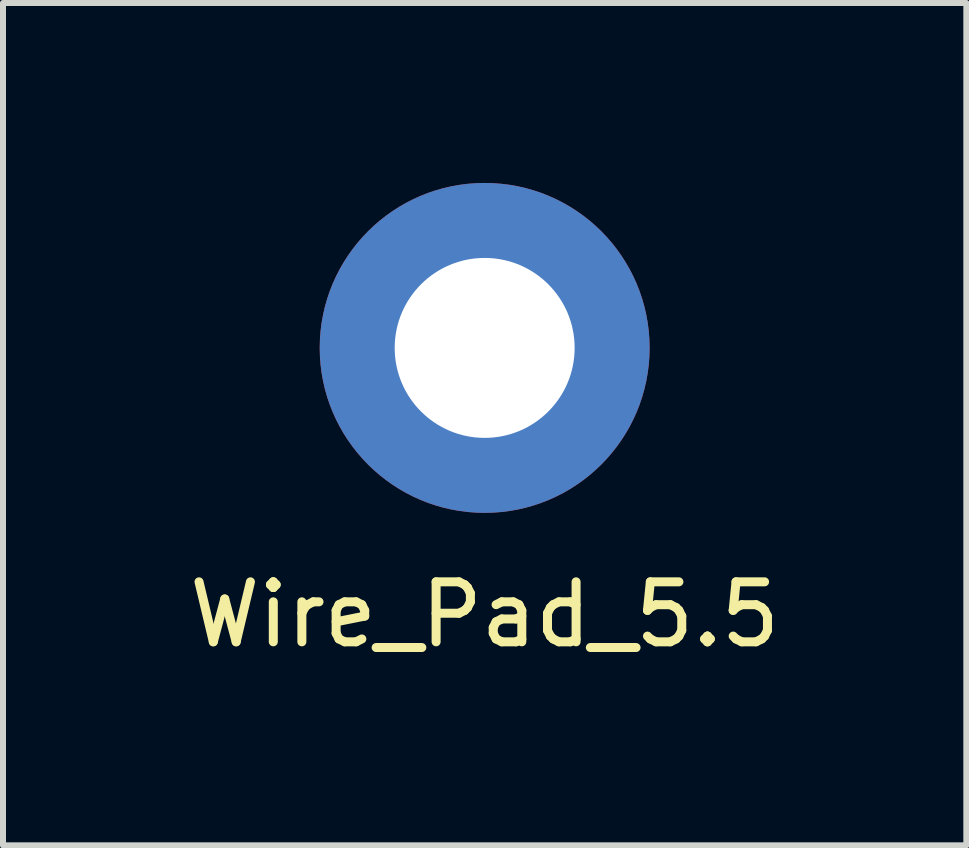
<source format=kicad_pcb>
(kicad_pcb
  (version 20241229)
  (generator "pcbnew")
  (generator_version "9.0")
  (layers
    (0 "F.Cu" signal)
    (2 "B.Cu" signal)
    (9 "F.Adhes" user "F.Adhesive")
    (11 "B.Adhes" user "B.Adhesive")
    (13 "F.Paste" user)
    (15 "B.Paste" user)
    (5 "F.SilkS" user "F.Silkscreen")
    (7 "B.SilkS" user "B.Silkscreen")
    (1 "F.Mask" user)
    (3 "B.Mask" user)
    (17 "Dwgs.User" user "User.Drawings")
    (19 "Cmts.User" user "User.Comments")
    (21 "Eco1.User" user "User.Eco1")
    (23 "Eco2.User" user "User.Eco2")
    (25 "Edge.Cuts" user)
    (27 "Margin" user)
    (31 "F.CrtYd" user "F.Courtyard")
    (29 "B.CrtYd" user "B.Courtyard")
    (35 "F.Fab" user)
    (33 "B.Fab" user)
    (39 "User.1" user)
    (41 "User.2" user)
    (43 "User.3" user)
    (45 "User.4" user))
  (footprint "Wire_Pad_5.5"
    (layer "F.Cu")
    (at 5.03 2.75)
    (property "Reference" "Wire_Pad_5.5" (at 0 4.445 0) (layer "F.SilkS") (effects (font (size 1 1) (thickness 0.15))))
    (attr through_hole)
    (pad "1" thru_hole circle (at 0 0) (size 5.5 5.5) (drill 3) (layers "*.Cu" "*.Mask")))
  (gr_rect
    (start -3 -3)
    (end 13.06 11.043)
    (stroke (width 0.1) (type default))
    (fill no)
    (layer "Edge.Cuts")))
</source>
